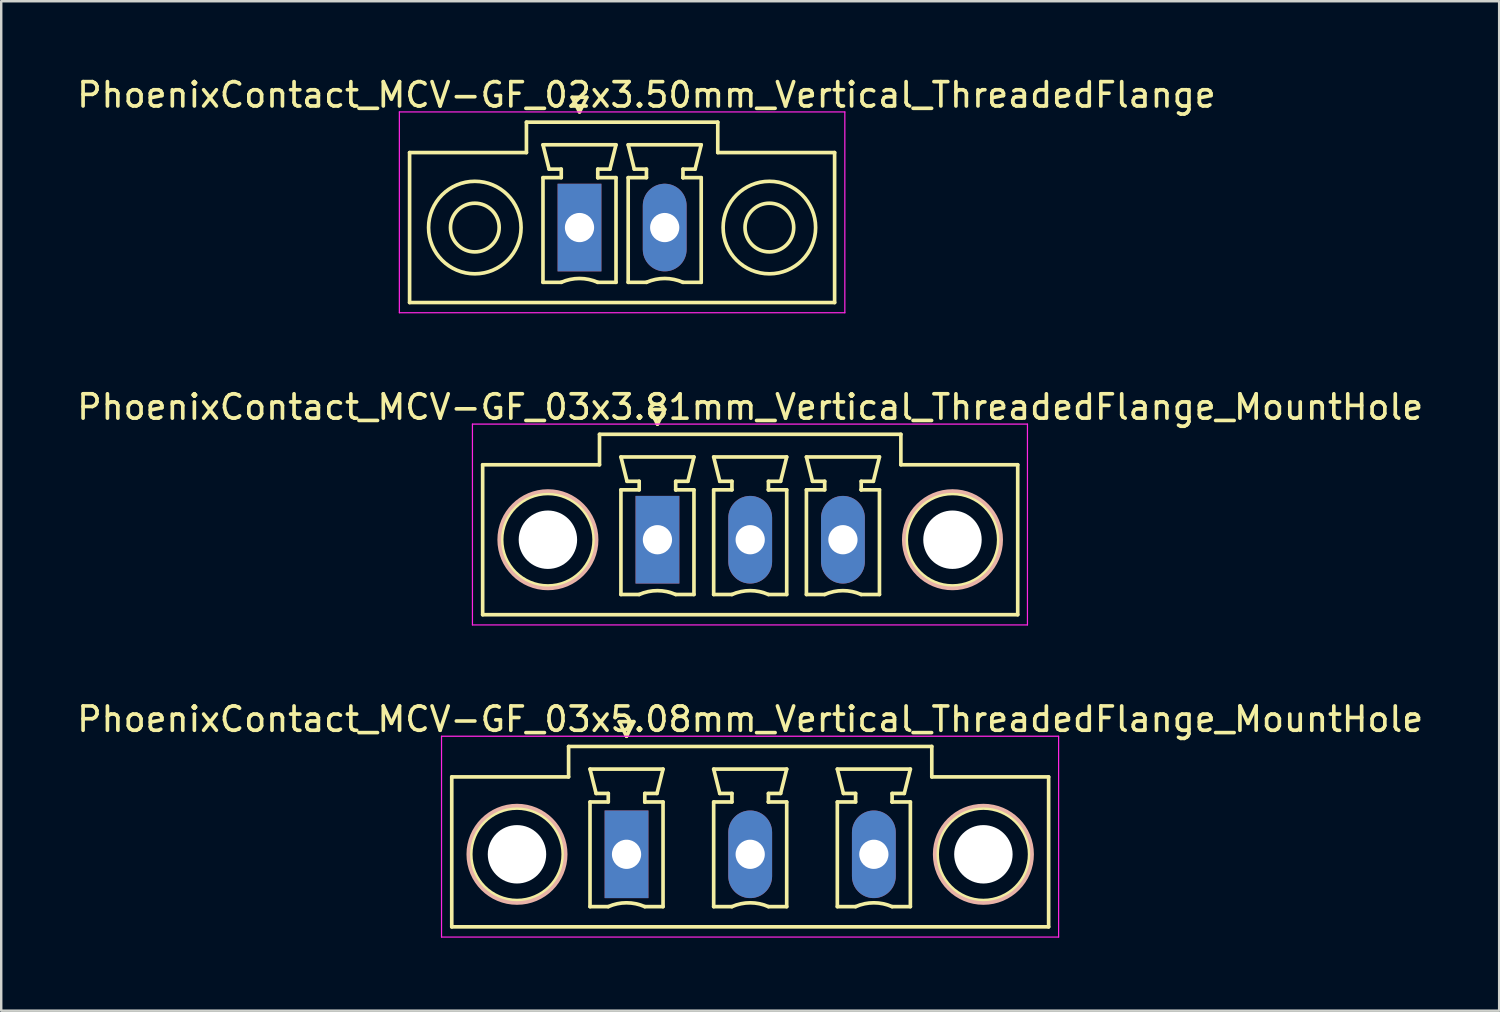
<source format=kicad_pcb>
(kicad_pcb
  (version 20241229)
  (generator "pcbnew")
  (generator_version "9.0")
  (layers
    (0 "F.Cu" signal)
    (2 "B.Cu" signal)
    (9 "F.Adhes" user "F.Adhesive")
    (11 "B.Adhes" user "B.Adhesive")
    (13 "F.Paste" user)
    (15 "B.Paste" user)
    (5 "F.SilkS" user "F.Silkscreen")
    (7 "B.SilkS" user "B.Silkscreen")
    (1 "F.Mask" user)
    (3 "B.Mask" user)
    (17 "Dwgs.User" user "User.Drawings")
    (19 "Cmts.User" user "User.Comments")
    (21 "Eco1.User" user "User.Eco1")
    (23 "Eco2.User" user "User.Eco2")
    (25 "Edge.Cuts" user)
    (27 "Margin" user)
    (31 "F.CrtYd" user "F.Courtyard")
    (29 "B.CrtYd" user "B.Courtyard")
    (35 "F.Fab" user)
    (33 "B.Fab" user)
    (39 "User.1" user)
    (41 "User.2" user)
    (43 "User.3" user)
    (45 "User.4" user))
  (footprint "PhoenixContact_MCV-GF_02x3.50mm_Vertical_ThreadedFlange"
    (layer "F.Cu")
    (at 20.756 6.298)
    (property "Reference" "PhoenixContact_MCV-GF_02x3.50mm_Vertical_ThreadedFlange" (at 2.75 -5.45 0) (layer "F.SilkS") (effects (font (size 1 1) (thickness 0.15))))
    (attr through_hole)
    (fp_line (start -6.98 -3.08) (end -6.98 3.08) (stroke (width 0.15) (type solid)) (layer "F.SilkS"))
    (fp_line (start -6.98 3.08) (end 10.48 3.08) (stroke (width 0.15) (type solid)) (layer "F.SilkS"))
    (fp_line (start -2.18 -4.33) (end -2.18 -3.08) (stroke (width 0.15) (type solid)) (layer "F.SilkS"))
    (fp_line (start -2.18 -3.08) (end -6.98 -3.08) (stroke (width 0.15) (type solid)) (layer "F.SilkS"))
    (fp_line (start -1.5 -3.4) (end 1.5 -3.4) (stroke (width 0.15) (type solid)) (layer "F.SilkS"))
    (fp_line (start -1.5 -2.05) (end -0.75 -2.05) (stroke (width 0.15) (type solid)) (layer "F.SilkS"))
    (fp_line (start -1.5 2.25) (end -1.5 -2.05) (stroke (width 0.15) (type solid)) (layer "F.SilkS"))
    (fp_line (start -1.25 -2.4) (end -1.5 -3.4) (stroke (width 0.15) (type solid)) (layer "F.SilkS"))
    (fp_line (start -0.75 -2.4) (end -1.25 -2.4) (stroke (width 0.15) (type solid)) (layer "F.SilkS"))
    (fp_line (start -0.75 -2.05) (end -0.75 -2.4) (stroke (width 0.15) (type solid)) (layer "F.SilkS"))
    (fp_line (start -0.75 2.25) (end -1.5 2.25) (stroke (width 0.15) (type solid)) (layer "F.SilkS"))
    (fp_line (start -0.3 -5.35) (end 0 -4.75) (stroke (width 0.15) (type solid)) (layer "F.SilkS"))
    (fp_line (start 0 -4.75) (end 0.3 -5.35) (stroke (width 0.15) (type solid)) (layer "F.SilkS"))
    (fp_line (start 0.3 -5.35) (end -0.3 -5.35) (stroke (width 0.15) (type solid)) (layer "F.SilkS"))
    (fp_line (start 0.75 -2.4) (end 0.75 -2.05) (stroke (width 0.15) (type solid)) (layer "F.SilkS"))
    (fp_line (start 0.75 -2.05) (end 0.75 -2.05) (stroke (width 0.15) (type solid)) (layer "F.SilkS"))
    (fp_line (start 0.75 -2.05) (end 1.5 -2.05) (stroke (width 0.15) (type solid)) (layer "F.SilkS"))
    (fp_line (start 1.25 -2.4) (end 0.75 -2.4) (stroke (width 0.15) (type solid)) (layer "F.SilkS"))
    (fp_line (start 1.5 -3.4) (end 1.25 -2.4) (stroke (width 0.15) (type solid)) (layer "F.SilkS"))
    (fp_line (start 1.5 -2.05) (end 1.5 2.25) (stroke (width 0.15) (type solid)) (layer "F.SilkS"))
    (fp_line (start 1.5 2.25) (end 0.75 2.25) (stroke (width 0.15) (type solid)) (layer "F.SilkS"))
    (fp_line (start 2 -3.4) (end 5 -3.4) (stroke (width 0.15) (type solid)) (layer "F.SilkS"))
    (fp_line (start 2 -2.05) (end 2.75 -2.05) (stroke (width 0.15) (type solid)) (layer "F.SilkS"))
    (fp_line (start 2 2.25) (end 2 -2.05) (stroke (width 0.15) (type solid)) (layer "F.SilkS"))
    (fp_line (start 2.25 -2.4) (end 2 -3.4) (stroke (width 0.15) (type solid)) (layer "F.SilkS"))
    (fp_line (start 2.75 -2.4) (end 2.25 -2.4) (stroke (width 0.15) (type solid)) (layer "F.SilkS"))
    (fp_line (start 2.75 -2.05) (end 2.75 -2.4) (stroke (width 0.15) (type solid)) (layer "F.SilkS"))
    (fp_line (start 2.75 2.25) (end 2 2.25) (stroke (width 0.15) (type solid)) (layer "F.SilkS"))
    (fp_line (start 4.25 -2.4) (end 4.25 -2.05) (stroke (width 0.15) (type solid)) (layer "F.SilkS"))
    (fp_line (start 4.25 -2.05) (end 4.25 -2.05) (stroke (width 0.15) (type solid)) (layer "F.SilkS"))
    (fp_line (start 4.25 -2.05) (end 5 -2.05) (stroke (width 0.15) (type solid)) (layer "F.SilkS"))
    (fp_line (start 4.75 -2.4) (end 4.25 -2.4) (stroke (width 0.15) (type solid)) (layer "F.SilkS"))
    (fp_line (start 5 -3.4) (end 4.75 -2.4) (stroke (width 0.15) (type solid)) (layer "F.SilkS"))
    (fp_line (start 5 -2.05) (end 5 2.25) (stroke (width 0.15) (type solid)) (layer "F.SilkS"))
    (fp_line (start 5 2.25) (end 4.25 2.25) (stroke (width 0.15) (type solid)) (layer "F.SilkS"))
    (fp_line (start 5.68 -4.33) (end -2.18 -4.33) (stroke (width 0.15) (type solid)) (layer "F.SilkS"))
    (fp_line (start 5.68 -3.08) (end 5.68 -4.33) (stroke (width 0.15) (type solid)) (layer "F.SilkS"))
    (fp_line (start 10.48 -3.08) (end 5.68 -3.08) (stroke (width 0.15) (type solid)) (layer "F.SilkS"))
    (fp_line (start 10.48 3.08) (end 10.48 -3.08) (stroke (width 0.15) (type solid)) (layer "F.SilkS"))
    (fp_arc (start -0.75 2.25) (mid -0.000193 2.09191) (end 0.749647 2.249844) (stroke (width 0.15) (type solid)) (layer "F.SilkS"))
    (fp_arc (start 2.75 2.25) (mid 3.499807 2.09191) (end 4.249647 2.249844) (stroke (width 0.15) (type solid)) (layer "F.SilkS"))
    (fp_circle (center -4.3 0) (end -3.3 0) (stroke (width 0.15) (type solid)) (fill no) (layer "F.SilkS"))
    (fp_circle (center -4.3 0) (end -2.4 0) (stroke (width 0.15) (type solid)) (fill no) (layer "F.SilkS"))
    (fp_circle (center 7.8 0) (end 8.8 0) (stroke (width 0.15) (type solid)) (fill no) (layer "F.SilkS"))
    (fp_circle (center 7.8 0) (end 9.7 0) (stroke (width 0.15) (type solid)) (fill no) (layer "F.SilkS"))
    (fp_line (start -7.4 -4.75) (end -7.4 3.5) (stroke (width 0.05) (type solid)) (layer "F.CrtYd"))
    (fp_line (start -7.4 3.5) (end 10.9 3.5) (stroke (width 0.05) (type solid)) (layer "F.CrtYd"))
    (fp_line (start 10.9 -4.75) (end -7.4 -4.75) (stroke (width 0.05) (type solid)) (layer "F.CrtYd"))
    (fp_line (start 10.9 3.5) (end 10.9 -4.75) (stroke (width 0.05) (type solid)) (layer "F.CrtYd"))
    (pad "1" thru_hole rect (at 0 0) (size 1.8 3.6) (drill 1.2) (layers "*.Cu" "*.Mask"))
    (pad "2" thru_hole oval (at 3.5 0) (size 1.8 3.6) (drill 1.2) (layers "*.Cu" "*.Mask")))
  (footprint "PhoenixContact_MCV-GF_03x5.08mm_Vertical_ThreadedFlange_MountHole"
    (layer "F.Cu")
    (at 22.688 32.045)
    (property "Reference" "PhoenixContact_MCV-GF_03x5.08mm_Vertical_ThreadedFlange_MountHole" (at 5.08 -5.55 0) (layer "F.SilkS") (effects (font (size 1 1) (thickness 0.15))))
    (attr through_hole)
    (fp_line (start -7.18 -3.18) (end -7.18 2.98) (stroke (width 0.15) (type solid)) (layer "F.SilkS"))
    (fp_line (start -7.18 2.98) (end 17.34 2.98) (stroke (width 0.15) (type solid)) (layer "F.SilkS"))
    (fp_line (start -2.38 -4.43) (end -2.38 -3.18) (stroke (width 0.15) (type solid)) (layer "F.SilkS"))
    (fp_line (start -2.38 -3.18) (end -7.18 -3.18) (stroke (width 0.15) (type solid)) (layer "F.SilkS"))
    (fp_line (start -1.5 -3.5) (end 1.5 -3.5) (stroke (width 0.15) (type solid)) (layer "F.SilkS"))
    (fp_line (start -1.5 -2.15) (end -0.75 -2.15) (stroke (width 0.15) (type solid)) (layer "F.SilkS"))
    (fp_line (start -1.5 2.15) (end -1.5 -2.15) (stroke (width 0.15) (type solid)) (layer "F.SilkS"))
    (fp_line (start -1.25 -2.5) (end -1.5 -3.5) (stroke (width 0.15) (type solid)) (layer "F.SilkS"))
    (fp_line (start -0.75 -2.5) (end -1.25 -2.5) (stroke (width 0.15) (type solid)) (layer "F.SilkS"))
    (fp_line (start -0.75 -2.15) (end -0.75 -2.5) (stroke (width 0.15) (type solid)) (layer "F.SilkS"))
    (fp_line (start -0.75 2.15) (end -1.5 2.15) (stroke (width 0.15) (type solid)) (layer "F.SilkS"))
    (fp_line (start -0.3 -5.45) (end 0 -4.85) (stroke (width 0.15) (type solid)) (layer "F.SilkS"))
    (fp_line (start 0 -4.85) (end 0.3 -5.45) (stroke (width 0.15) (type solid)) (layer "F.SilkS"))
    (fp_line (start 0.3 -5.45) (end -0.3 -5.45) (stroke (width 0.15) (type solid)) (layer "F.SilkS"))
    (fp_line (start 0.75 -2.5) (end 0.75 -2.15) (stroke (width 0.15) (type solid)) (layer "F.SilkS"))
    (fp_line (start 0.75 -2.15) (end 0.75 -2.15) (stroke (width 0.15) (type solid)) (layer "F.SilkS"))
    (fp_line (start 0.75 -2.15) (end 1.5 -2.15) (stroke (width 0.15) (type solid)) (layer "F.SilkS"))
    (fp_line (start 1.25 -2.5) (end 0.75 -2.5) (stroke (width 0.15) (type solid)) (layer "F.SilkS"))
    (fp_line (start 1.5 -3.5) (end 1.25 -2.5) (stroke (width 0.15) (type solid)) (layer "F.SilkS"))
    (fp_line (start 1.5 -2.15) (end 1.5 2.15) (stroke (width 0.15) (type solid)) (layer "F.SilkS"))
    (fp_line (start 1.5 2.15) (end 0.75 2.15) (stroke (width 0.15) (type solid)) (layer "F.SilkS"))
    (fp_line (start 3.58 -3.5) (end 6.58 -3.5) (stroke (width 0.15) (type solid)) (layer "F.SilkS"))
    (fp_line (start 3.58 -2.15) (end 4.33 -2.15) (stroke (width 0.15) (type solid)) (layer "F.SilkS"))
    (fp_line (start 3.58 2.15) (end 3.58 -2.15) (stroke (width 0.15) (type solid)) (layer "F.SilkS"))
    (fp_line (start 3.83 -2.5) (end 3.58 -3.5) (stroke (width 0.15) (type solid)) (layer "F.SilkS"))
    (fp_line (start 4.33 -2.5) (end 3.83 -2.5) (stroke (width 0.15) (type solid)) (layer "F.SilkS"))
    (fp_line (start 4.33 -2.15) (end 4.33 -2.5) (stroke (width 0.15) (type solid)) (layer "F.SilkS"))
    (fp_line (start 4.33 2.15) (end 3.58 2.15) (stroke (width 0.15) (type solid)) (layer "F.SilkS"))
    (fp_line (start 5.83 -2.5) (end 5.83 -2.15) (stroke (width 0.15) (type solid)) (layer "F.SilkS"))
    (fp_line (start 5.83 -2.15) (end 5.83 -2.15) (stroke (width 0.15) (type solid)) (layer "F.SilkS"))
    (fp_line (start 5.83 -2.15) (end 6.58 -2.15) (stroke (width 0.15) (type solid)) (layer "F.SilkS"))
    (fp_line (start 6.33 -2.5) (end 5.83 -2.5) (stroke (width 0.15) (type solid)) (layer "F.SilkS"))
    (fp_line (start 6.58 -3.5) (end 6.33 -2.5) (stroke (width 0.15) (type solid)) (layer "F.SilkS"))
    (fp_line (start 6.58 -2.15) (end 6.58 2.15) (stroke (width 0.15) (type solid)) (layer "F.SilkS"))
    (fp_line (start 6.58 2.15) (end 5.83 2.15) (stroke (width 0.15) (type solid)) (layer "F.SilkS"))
    (fp_line (start 8.66 -3.5) (end 11.66 -3.5) (stroke (width 0.15) (type solid)) (layer "F.SilkS"))
    (fp_line (start 8.66 -2.15) (end 9.41 -2.15) (stroke (width 0.15) (type solid)) (layer "F.SilkS"))
    (fp_line (start 8.66 2.15) (end 8.66 -2.15) (stroke (width 0.15) (type solid)) (layer "F.SilkS"))
    (fp_line (start 8.91 -2.5) (end 8.66 -3.5) (stroke (width 0.15) (type solid)) (layer "F.SilkS"))
    (fp_line (start 9.41 -2.5) (end 8.91 -2.5) (stroke (width 0.15) (type solid)) (layer "F.SilkS"))
    (fp_line (start 9.41 -2.15) (end 9.41 -2.5) (stroke (width 0.15) (type solid)) (layer "F.SilkS"))
    (fp_line (start 9.41 2.15) (end 8.66 2.15) (stroke (width 0.15) (type solid)) (layer "F.SilkS"))
    (fp_line (start 10.91 -2.5) (end 10.91 -2.15) (stroke (width 0.15) (type solid)) (layer "F.SilkS"))
    (fp_line (start 10.91 -2.15) (end 10.91 -2.15) (stroke (width 0.15) (type solid)) (layer "F.SilkS"))
    (fp_line (start 10.91 -2.15) (end 11.66 -2.15) (stroke (width 0.15) (type solid)) (layer "F.SilkS"))
    (fp_line (start 11.41 -2.5) (end 10.91 -2.5) (stroke (width 0.15) (type solid)) (layer "F.SilkS"))
    (fp_line (start 11.66 -3.5) (end 11.41 -2.5) (stroke (width 0.15) (type solid)) (layer "F.SilkS"))
    (fp_line (start 11.66 -2.15) (end 11.66 2.15) (stroke (width 0.15) (type solid)) (layer "F.SilkS"))
    (fp_line (start 11.66 2.15) (end 10.91 2.15) (stroke (width 0.15) (type solid)) (layer "F.SilkS"))
    (fp_line (start 12.54 -4.43) (end -2.38 -4.43) (stroke (width 0.15) (type solid)) (layer "F.SilkS"))
    (fp_line (start 12.54 -3.18) (end 12.54 -4.43) (stroke (width 0.15) (type solid)) (layer "F.SilkS"))
    (fp_line (start 17.34 -3.18) (end 12.54 -3.18) (stroke (width 0.15) (type solid)) (layer "F.SilkS"))
    (fp_line (start 17.34 2.98) (end 17.34 -3.18) (stroke (width 0.15) (type solid)) (layer "F.SilkS"))
    (fp_arc (start -0.75 2.15) (mid -0.000193 1.99191) (end 0.749647 2.149844) (stroke (width 0.15) (type solid)) (layer "F.SilkS"))
    (fp_arc (start 4.33 2.15) (mid 5.079807 1.99191) (end 5.829647 2.149844) (stroke (width 0.15) (type solid)) (layer "F.SilkS"))
    (fp_arc (start 9.41 2.15) (mid 10.159807 1.99191) (end 10.909647 2.149844) (stroke (width 0.15) (type solid)) (layer "F.SilkS"))
    (fp_circle (center -4.5 0) (end -2.6 0) (stroke (width 0.15) (type solid)) (fill no) (layer "F.SilkS"))
    (fp_circle (center 14.66 0) (end 16.56 0) (stroke (width 0.15) (type solid)) (fill no) (layer "F.SilkS"))
    (fp_circle (center -4.5 0) (end -2.5 0) (stroke (width 0.15) (type solid)) (fill no) (layer "B.SilkS"))
    (fp_circle (center 14.66 0) (end 16.66 0) (stroke (width 0.15) (type solid)) (fill no) (layer "B.SilkS"))
    (fp_line (start -7.6 -4.85) (end -7.6 3.4) (stroke (width 0.05) (type solid)) (layer "F.CrtYd"))
    (fp_line (start -7.6 3.4) (end 17.75 3.4) (stroke (width 0.05) (type solid)) (layer "F.CrtYd"))
    (fp_line (start 17.75 -4.85) (end -7.6 -4.85) (stroke (width 0.05) (type solid)) (layer "F.CrtYd"))
    (fp_line (start 17.75 3.4) (end 17.75 -4.85) (stroke (width 0.05) (type solid)) (layer "F.CrtYd"))
    (pad "" np_thru_hole circle (at -4.5 0) (size 2.4 2.4) (drill 2.4) (layers "*.Cu" "*.Mask"))
    (pad "" np_thru_hole circle (at 14.66 0) (size 2.4 2.4) (drill 2.4) (layers "*.Cu" "*.Mask"))
    (pad "1" thru_hole rect (at 0 0) (size 1.8 3.6) (drill 1.2) (layers "*.Cu" "*.Mask"))
    (pad "2" thru_hole oval (at 5.08 0) (size 1.8 3.6) (drill 1.2) (layers "*.Cu" "*.Mask"))
    (pad "3" thru_hole oval (at 10.16 0) (size 1.8 3.6) (drill 1.2) (layers "*.Cu" "*.Mask")))
  (footprint "PhoenixContact_MCV-GF_03x3.81mm_Vertical_ThreadedFlange_MountHole"
    (layer "F.Cu")
    (at 23.958 19.122)
    (property "Reference" "PhoenixContact_MCV-GF_03x3.81mm_Vertical_ThreadedFlange_MountHole" (at 3.81 -5.45 0) (layer "F.SilkS") (effects (font (size 1 1) (thickness 0.15))))
    (attr through_hole)
    (fp_line (start -7.18 -3.08) (end -7.18 3.08) (stroke (width 0.15) (type solid)) (layer "F.SilkS"))
    (fp_line (start -7.18 3.08) (end 14.8 3.08) (stroke (width 0.15) (type solid)) (layer "F.SilkS"))
    (fp_line (start -2.38 -4.33) (end -2.38 -3.08) (stroke (width 0.15) (type solid)) (layer "F.SilkS"))
    (fp_line (start -2.38 -3.08) (end -7.18 -3.08) (stroke (width 0.15) (type solid)) (layer "F.SilkS"))
    (fp_line (start -1.5 -3.4) (end 1.5 -3.4) (stroke (width 0.15) (type solid)) (layer "F.SilkS"))
    (fp_line (start -1.5 -2.05) (end -0.75 -2.05) (stroke (width 0.15) (type solid)) (layer "F.SilkS"))
    (fp_line (start -1.5 2.25) (end -1.5 -2.05) (stroke (width 0.15) (type solid)) (layer "F.SilkS"))
    (fp_line (start -1.25 -2.4) (end -1.5 -3.4) (stroke (width 0.15) (type solid)) (layer "F.SilkS"))
    (fp_line (start -0.75 -2.4) (end -1.25 -2.4) (stroke (width 0.15) (type solid)) (layer "F.SilkS"))
    (fp_line (start -0.75 -2.05) (end -0.75 -2.4) (stroke (width 0.15) (type solid)) (layer "F.SilkS"))
    (fp_line (start -0.75 2.25) (end -1.5 2.25) (stroke (width 0.15) (type solid)) (layer "F.SilkS"))
    (fp_line (start -0.3 -5.35) (end 0 -4.75) (stroke (width 0.15) (type solid)) (layer "F.SilkS"))
    (fp_line (start 0 -4.75) (end 0.3 -5.35) (stroke (width 0.15) (type solid)) (layer "F.SilkS"))
    (fp_line (start 0.3 -5.35) (end -0.3 -5.35) (stroke (width 0.15) (type solid)) (layer "F.SilkS"))
    (fp_line (start 0.75 -2.4) (end 0.75 -2.05) (stroke (width 0.15) (type solid)) (layer "F.SilkS"))
    (fp_line (start 0.75 -2.05) (end 0.75 -2.05) (stroke (width 0.15) (type solid)) (layer "F.SilkS"))
    (fp_line (start 0.75 -2.05) (end 1.5 -2.05) (stroke (width 0.15) (type solid)) (layer "F.SilkS"))
    (fp_line (start 1.25 -2.4) (end 0.75 -2.4) (stroke (width 0.15) (type solid)) (layer "F.SilkS"))
    (fp_line (start 1.5 -3.4) (end 1.25 -2.4) (stroke (width 0.15) (type solid)) (layer "F.SilkS"))
    (fp_line (start 1.5 -2.05) (end 1.5 2.25) (stroke (width 0.15) (type solid)) (layer "F.SilkS"))
    (fp_line (start 1.5 2.25) (end 0.75 2.25) (stroke (width 0.15) (type solid)) (layer "F.SilkS"))
    (fp_line (start 2.31 -3.4) (end 5.31 -3.4) (stroke (width 0.15) (type solid)) (layer "F.SilkS"))
    (fp_line (start 2.31 -2.05) (end 3.06 -2.05) (stroke (width 0.15) (type solid)) (layer "F.SilkS"))
    (fp_line (start 2.31 2.25) (end 2.31 -2.05) (stroke (width 0.15) (type solid)) (layer "F.SilkS"))
    (fp_line (start 2.56 -2.4) (end 2.31 -3.4) (stroke (width 0.15) (type solid)) (layer "F.SilkS"))
    (fp_line (start 3.06 -2.4) (end 2.56 -2.4) (stroke (width 0.15) (type solid)) (layer "F.SilkS"))
    (fp_line (start 3.06 -2.05) (end 3.06 -2.4) (stroke (width 0.15) (type solid)) (layer "F.SilkS"))
    (fp_line (start 3.06 2.25) (end 2.31 2.25) (stroke (width 0.15) (type solid)) (layer "F.SilkS"))
    (fp_line (start 4.56 -2.4) (end 4.56 -2.05) (stroke (width 0.15) (type solid)) (layer "F.SilkS"))
    (fp_line (start 4.56 -2.05) (end 4.56 -2.05) (stroke (width 0.15) (type solid)) (layer "F.SilkS"))
    (fp_line (start 4.56 -2.05) (end 5.31 -2.05) (stroke (width 0.15) (type solid)) (layer "F.SilkS"))
    (fp_line (start 5.06 -2.4) (end 4.56 -2.4) (stroke (width 0.15) (type solid)) (layer "F.SilkS"))
    (fp_line (start 5.31 -3.4) (end 5.06 -2.4) (stroke (width 0.15) (type solid)) (layer "F.SilkS"))
    (fp_line (start 5.31 -2.05) (end 5.31 2.25) (stroke (width 0.15) (type solid)) (layer "F.SilkS"))
    (fp_line (start 5.31 2.25) (end 4.56 2.25) (stroke (width 0.15) (type solid)) (layer "F.SilkS"))
    (fp_line (start 6.12 -3.4) (end 9.12 -3.4) (stroke (width 0.15) (type solid)) (layer "F.SilkS"))
    (fp_line (start 6.12 -2.05) (end 6.87 -2.05) (stroke (width 0.15) (type solid)) (layer "F.SilkS"))
    (fp_line (start 6.12 2.25) (end 6.12 -2.05) (stroke (width 0.15) (type solid)) (layer "F.SilkS"))
    (fp_line (start 6.37 -2.4) (end 6.12 -3.4) (stroke (width 0.15) (type solid)) (layer "F.SilkS"))
    (fp_line (start 6.87 -2.4) (end 6.37 -2.4) (stroke (width 0.15) (type solid)) (layer "F.SilkS"))
    (fp_line (start 6.87 -2.05) (end 6.87 -2.4) (stroke (width 0.15) (type solid)) (layer "F.SilkS"))
    (fp_line (start 6.87 2.25) (end 6.12 2.25) (stroke (width 0.15) (type solid)) (layer "F.SilkS"))
    (fp_line (start 8.37 -2.4) (end 8.37 -2.05) (stroke (width 0.15) (type solid)) (layer "F.SilkS"))
    (fp_line (start 8.37 -2.05) (end 8.37 -2.05) (stroke (width 0.15) (type solid)) (layer "F.SilkS"))
    (fp_line (start 8.37 -2.05) (end 9.12 -2.05) (stroke (width 0.15) (type solid)) (layer "F.SilkS"))
    (fp_line (start 8.87 -2.4) (end 8.37 -2.4) (stroke (width 0.15) (type solid)) (layer "F.SilkS"))
    (fp_line (start 9.12 -3.4) (end 8.87 -2.4) (stroke (width 0.15) (type solid)) (layer "F.SilkS"))
    (fp_line (start 9.12 -2.05) (end 9.12 2.25) (stroke (width 0.15) (type solid)) (layer "F.SilkS"))
    (fp_line (start 9.12 2.25) (end 8.37 2.25) (stroke (width 0.15) (type solid)) (layer "F.SilkS"))
    (fp_line (start 10 -4.33) (end -2.38 -4.33) (stroke (width 0.15) (type solid)) (layer "F.SilkS"))
    (fp_line (start 10 -3.08) (end 10 -4.33) (stroke (width 0.15) (type solid)) (layer "F.SilkS"))
    (fp_line (start 14.8 -3.08) (end 10 -3.08) (stroke (width 0.15) (type solid)) (layer "F.SilkS"))
    (fp_line (start 14.8 3.08) (end 14.8 -3.08) (stroke (width 0.15) (type solid)) (layer "F.SilkS"))
    (fp_arc (start -0.75 2.25) (mid -0.000193 2.09191) (end 0.749647 2.249844) (stroke (width 0.15) (type solid)) (layer "F.SilkS"))
    (fp_arc (start 3.06 2.25) (mid 3.809807 2.09191) (end 4.559647 2.249844) (stroke (width 0.15) (type solid)) (layer "F.SilkS"))
    (fp_arc (start 6.87 2.25) (mid 7.619807 2.09191) (end 8.369647 2.249844) (stroke (width 0.15) (type solid)) (layer "F.SilkS"))
    (fp_circle (center -4.5 0) (end -2.6 0) (stroke (width 0.15) (type solid)) (fill no) (layer "F.SilkS"))
    (fp_circle (center 12.12 0) (end 14.02 0) (stroke (width 0.15) (type solid)) (fill no) (layer "F.SilkS"))
    (fp_circle (center -4.5 0) (end -2.5 0) (stroke (width 0.15) (type solid)) (fill no) (layer "B.SilkS"))
    (fp_circle (center 12.12 0) (end 14.12 0) (stroke (width 0.15) (type solid)) (fill no) (layer "B.SilkS"))
    (fp_line (start -7.6 -4.75) (end -7.6 3.5) (stroke (width 0.05) (type solid)) (layer "F.CrtYd"))
    (fp_line (start -7.6 3.5) (end 15.2 3.5) (stroke (width 0.05) (type solid)) (layer "F.CrtYd"))
    (fp_line (start 15.2 -4.75) (end -7.6 -4.75) (stroke (width 0.05) (type solid)) (layer "F.CrtYd"))
    (fp_line (start 15.2 3.5) (end 15.2 -4.75) (stroke (width 0.05) (type solid)) (layer "F.CrtYd"))
    (pad "" np_thru_hole circle (at -4.5 0) (size 2.4 2.4) (drill 2.4) (layers "*.Cu" "*.Mask"))
    (pad "" np_thru_hole circle (at 12.12 0) (size 2.4 2.4) (drill 2.4) (layers "*.Cu" "*.Mask"))
    (pad "1" thru_hole rect (at 0 0) (size 1.8 3.6) (drill 1.2) (layers "*.Cu" "*.Mask"))
    (pad "2" thru_hole oval (at 3.81 0) (size 1.8 3.6) (drill 1.2) (layers "*.Cu" "*.Mask"))
    (pad "3" thru_hole oval (at 7.62 0) (size 1.8 3.6) (drill 1.2) (layers "*.Cu" "*.Mask")))
  (gr_rect
    (start -3 -3)
    (end 58.536 38.47)
    (stroke (width 0.1) (type default))
    (fill no)
    (layer "Edge.Cuts")))
</source>
